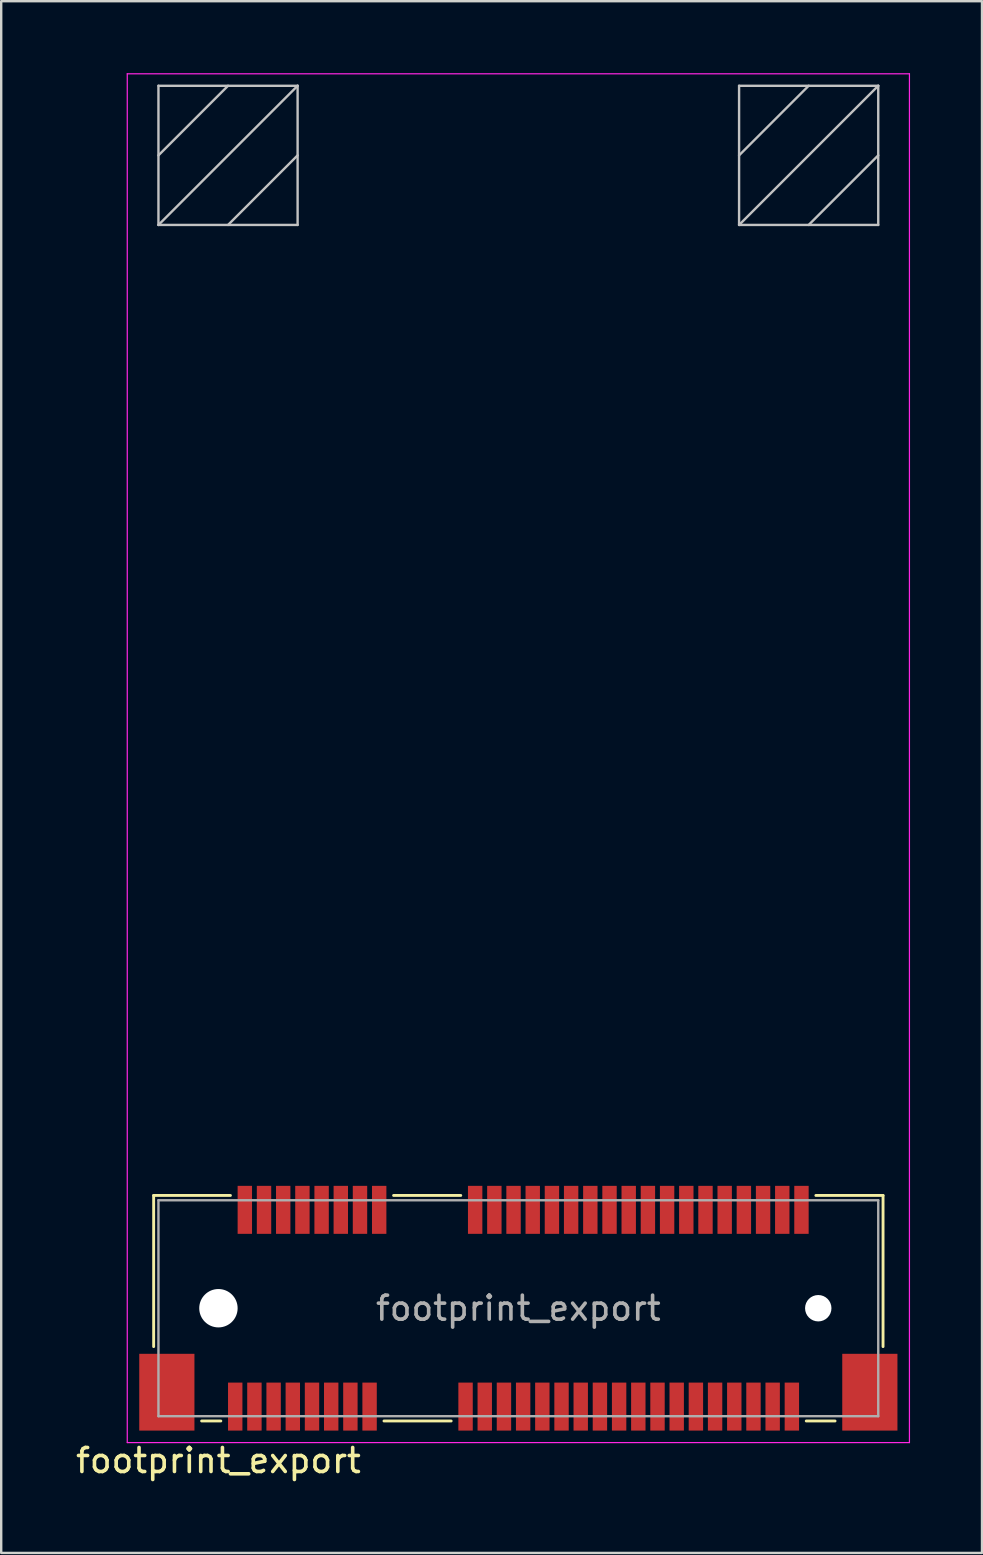
<source format=kicad_pcb>
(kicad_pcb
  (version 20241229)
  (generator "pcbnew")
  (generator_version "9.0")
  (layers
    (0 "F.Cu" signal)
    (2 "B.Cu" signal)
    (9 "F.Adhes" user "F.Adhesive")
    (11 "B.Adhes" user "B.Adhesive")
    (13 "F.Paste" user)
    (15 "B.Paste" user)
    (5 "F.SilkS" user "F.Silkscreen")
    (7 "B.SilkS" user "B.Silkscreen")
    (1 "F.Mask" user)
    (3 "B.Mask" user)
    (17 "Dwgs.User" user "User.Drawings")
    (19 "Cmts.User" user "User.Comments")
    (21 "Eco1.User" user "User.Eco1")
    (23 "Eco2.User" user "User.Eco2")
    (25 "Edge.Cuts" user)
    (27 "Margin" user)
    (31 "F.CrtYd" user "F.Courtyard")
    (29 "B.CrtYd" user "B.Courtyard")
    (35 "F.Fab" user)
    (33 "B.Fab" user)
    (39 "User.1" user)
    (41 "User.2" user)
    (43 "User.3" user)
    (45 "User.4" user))
  (footprint "footprint_export"
    (layer "F.Cu")
    (at 18.554 51.475)
    (property "Reference" "footprint_export" (at -12.5 6.35 180) (layer "F.SilkS") (effects (font (size 1 1) (thickness 0.15))))
    (attr smd)
    (fp_line (start -15.2 -4.7) (end -15.2 1.6) (stroke (width 0.12) (type solid)) (layer "F.SilkS"))
    (fp_line (start -13.2 4.7) (end -12.4 4.7) (stroke (width 0.12) (type solid)) (layer "F.SilkS"))
    (fp_line (start -12 -4.7) (end -15.2 -4.7) (stroke (width 0.12) (type solid)) (layer "F.SilkS"))
    (fp_line (start -5.6 4.7) (end -2.8 4.7) (stroke (width 0.12) (type solid)) (layer "F.SilkS"))
    (fp_line (start -2.4 -4.7) (end -5.2 -4.7) (stroke (width 0.12) (type solid)) (layer "F.SilkS"))
    (fp_line (start 12 4.7) (end 13.2 4.7) (stroke (width 0.12) (type solid)) (layer "F.SilkS"))
    (fp_line (start 15.2 -4.7) (end 12.4 -4.7) (stroke (width 0.12) (type solid)) (layer "F.SilkS"))
    (fp_line (start 15.2 1.6) (end 15.2 -4.7) (stroke (width 0.12) (type solid)) (layer "F.SilkS"))
    (fp_line (start -15 -50.95) (end -15 -45.15) (stroke (width 0.1) (type solid)) (layer "Dwgs.User"))
    (fp_line (start -15 -50.95) (end -9.2 -50.95) (stroke (width 0.1) (type solid)) (layer "Dwgs.User"))
    (fp_line (start -15 -45.15) (end -9.2 -45.15) (stroke (width 0.1) (type solid)) (layer "Dwgs.User"))
    (fp_line (start -12.1 -50.95) (end -15 -48.05) (stroke (width 0.1) (type solid)) (layer "Dwgs.User"))
    (fp_line (start -9.2 -50.95) (end -15 -45.15) (stroke (width 0.1) (type solid)) (layer "Dwgs.User"))
    (fp_line (start -9.2 -50.95) (end -9.2 -45.15) (stroke (width 0.1) (type solid)) (layer "Dwgs.User"))
    (fp_line (start -9.2 -48.05) (end -12.1 -45.15) (stroke (width 0.1) (type solid)) (layer "Dwgs.User"))
    (fp_line (start 9.2 -50.95) (end 9.2 -45.15) (stroke (width 0.1) (type solid)) (layer "Dwgs.User"))
    (fp_line (start 9.2 -50.95) (end 15 -50.95) (stroke (width 0.1) (type solid)) (layer "Dwgs.User"))
    (fp_line (start 9.2 -45.15) (end 15 -45.15) (stroke (width 0.1) (type solid)) (layer "Dwgs.User"))
    (fp_line (start 12.1 -50.95) (end 9.2 -48.05) (stroke (width 0.1) (type solid)) (layer "Dwgs.User"))
    (fp_line (start 15 -50.95) (end 9.2 -45.15) (stroke (width 0.1) (type solid)) (layer "Dwgs.User"))
    (fp_line (start 15 -50.95) (end 15 -45.15) (stroke (width 0.1) (type solid)) (layer "Dwgs.User"))
    (fp_line (start 15 -48.05) (end 12.1 -45.15) (stroke (width 0.1) (type solid)) (layer "Dwgs.User"))
    (fp_line (start -16.3 -51.45) (end 16.3 -51.45) (stroke (width 0.05) (type solid)) (layer "F.CrtYd"))
    (fp_line (start -16.3 5.6) (end -16.3 -51.45) (stroke (width 0.05) (type solid)) (layer "F.CrtYd"))
    (fp_line (start 16.3 -51.45) (end 16.3 5.6) (stroke (width 0.05) (type solid)) (layer "F.CrtYd"))
    (fp_line (start 16.3 5.6) (end -16.3 5.6) (stroke (width 0.05) (type solid)) (layer "F.CrtYd"))
    (fp_line (start -15 -4.5) (end -15 4.5) (stroke (width 0.1) (type solid)) (layer "F.Fab"))
    (fp_line (start -15 4.5) (end 15 4.5) (stroke (width 0.1) (type solid)) (layer "F.Fab"))
    (fp_line (start 15 -4.5) (end -15 -4.5) (stroke (width 0.1) (type solid)) (layer "F.Fab"))
    (fp_line (start 15 4.5) (end 15 -4.5) (stroke (width 0.1) (type solid)) (layer "F.Fab"))
    (fp_text user "${REFERENCE}" (at 0 0 0) (layer "F.Fab") (effects (font (size 1 1) (thickness 0.15))))
    (pad "" np_thru_hole circle (at -12.5 0) (size 1.6 1.6) (drill 1.6) (layers "*.Cu" "*.Mask"))
    (pad "" np_thru_hole circle (at 12.5 0) (size 1.1 1.1) (drill 1.1) (layers "*.Cu" "*.Mask"))
    (pad "1" smd rect (at -11.8 4.1) (size 0.6 2) (layers "F.Cu" "F.Mask" "F.Paste"))
    (pad "2" smd rect (at -11.4 -4.1) (size 0.6 2) (layers "F.Cu" "F.Mask" "F.Paste"))
    (pad "3" smd rect (at -11 4.1) (size 0.6 2) (layers "F.Cu" "F.Mask" "F.Paste"))
    (pad "4" smd rect (at -10.6 -4.1) (size 0.6 2) (layers "F.Cu" "F.Mask" "F.Paste"))
    (pad "5" smd rect (at -10.2 4.1) (size 0.6 2) (layers "F.Cu" "F.Mask" "F.Paste"))
    (pad "6" smd rect (at -9.8 -4.1) (size 0.6 2) (layers "F.Cu" "F.Mask" "F.Paste"))
    (pad "7" smd rect (at -9.4 4.1) (size 0.6 2) (layers "F.Cu" "F.Mask" "F.Paste"))
    (pad "8" smd rect (at -9 -4.1) (size 0.6 2) (layers "F.Cu" "F.Mask" "F.Paste"))
    (pad "9" smd rect (at -8.6 4.1) (size 0.6 2) (layers "F.Cu" "F.Mask" "F.Paste"))
    (pad "10" smd rect (at -8.2 -4.1) (size 0.6 2) (layers "F.Cu" "F.Mask" "F.Paste"))
    (pad "11" smd rect (at -7.8 4.1) (size 0.6 2) (layers "F.Cu" "F.Mask" "F.Paste"))
    (pad "12" smd rect (at -7.4 -4.1) (size 0.6 2) (layers "F.Cu" "F.Mask" "F.Paste"))
    (pad "13" smd rect (at -7 4.1) (size 0.6 2) (layers "F.Cu" "F.Mask" "F.Paste"))
    (pad "14" smd rect (at -6.6 -4.1) (size 0.6 2) (layers "F.Cu" "F.Mask" "F.Paste"))
    (pad "15" smd rect (at -6.2 4.1) (size 0.6 2) (layers "F.Cu" "F.Mask" "F.Paste"))
    (pad "16" smd rect (at -5.8 -4.1) (size 0.6 2) (layers "F.Cu" "F.Mask" "F.Paste"))
    (pad "17" smd rect (at -2.2 4.1) (size 0.6 2) (layers "F.Cu" "F.Mask" "F.Paste"))
    (pad "18" smd rect (at -1.8 -4.1) (size 0.6 2) (layers "F.Cu" "F.Mask" "F.Paste"))
    (pad "19" smd rect (at -1.4 4.1) (size 0.6 2) (layers "F.Cu" "F.Mask" "F.Paste"))
    (pad "20" smd rect (at -1 -4.1) (size 0.6 2) (layers "F.Cu" "F.Mask" "F.Paste"))
    (pad "21" smd rect (at -0.6 4.1) (size 0.6 2) (layers "F.Cu" "F.Mask" "F.Paste"))
    (pad "22" smd rect (at -0.2 -4.1) (size 0.6 2) (layers "F.Cu" "F.Mask" "F.Paste"))
    (pad "23" smd rect (at 0.2 4.1) (size 0.6 2) (layers "F.Cu" "F.Mask" "F.Paste"))
    (pad "24" smd rect (at 0.6 -4.1) (size 0.6 2) (layers "F.Cu" "F.Mask" "F.Paste"))
    (pad "25" smd rect (at 1 4.1) (size 0.6 2) (layers "F.Cu" "F.Mask" "F.Paste"))
    (pad "26" smd rect (at 1.4 -4.1) (size 0.6 2) (layers "F.Cu" "F.Mask" "F.Paste"))
    (pad "27" smd rect (at 1.8 4.1) (size 0.6 2) (layers "F.Cu" "F.Mask" "F.Paste"))
    (pad "28" smd rect (at 2.2 -4.1) (size 0.6 2) (layers "F.Cu" "F.Mask" "F.Paste"))
    (pad "29" smd rect (at 2.6 4.1) (size 0.6 2) (layers "F.Cu" "F.Mask" "F.Paste"))
    (pad "30" smd rect (at 3 -4.1) (size 0.6 2) (layers "F.Cu" "F.Mask" "F.Paste"))
    (pad "31" smd rect (at 3.4 4.1) (size 0.6 2) (layers "F.Cu" "F.Mask" "F.Paste"))
    (pad "32" smd rect (at 3.8 -4.1) (size 0.6 2) (layers "F.Cu" "F.Mask" "F.Paste"))
    (pad "33" smd rect (at 4.2 4.1) (size 0.6 2) (layers "F.Cu" "F.Mask" "F.Paste"))
    (pad "34" smd rect (at 4.6 -4.1) (size 0.6 2) (layers "F.Cu" "F.Mask" "F.Paste"))
    (pad "35" smd rect (at 5 4.1) (size 0.6 2) (layers "F.Cu" "F.Mask" "F.Paste"))
    (pad "36" smd rect (at 5.4 -4.1) (size 0.6 2) (layers "F.Cu" "F.Mask" "F.Paste"))
    (pad "37" smd rect (at 5.8 4.1) (size 0.6 2) (layers "F.Cu" "F.Mask" "F.Paste"))
    (pad "38" smd rect (at 6.2 -4.1) (size 0.6 2) (layers "F.Cu" "F.Mask" "F.Paste"))
    (pad "39" smd rect (at 6.6 4.1) (size 0.6 2) (layers "F.Cu" "F.Mask" "F.Paste"))
    (pad "40" smd rect (at 7 -4.1) (size 0.6 2) (layers "F.Cu" "F.Mask" "F.Paste"))
    (pad "41" smd rect (at 7.4 4.1) (size 0.6 2) (layers "F.Cu" "F.Mask" "F.Paste"))
    (pad "42" smd rect (at 7.8 -4.1) (size 0.6 2) (layers "F.Cu" "F.Mask" "F.Paste"))
    (pad "43" smd rect (at 8.2 4.1) (size 0.6 2) (layers "F.Cu" "F.Mask" "F.Paste"))
    (pad "44" smd rect (at 8.6 -4.1) (size 0.6 2) (layers "F.Cu" "F.Mask" "F.Paste"))
    (pad "45" smd rect (at 9 4.1) (size 0.6 2) (layers "F.Cu" "F.Mask" "F.Paste"))
    (pad "46" smd rect (at 9.4 -4.1) (size 0.6 2) (layers "F.Cu" "F.Mask" "F.Paste"))
    (pad "47" smd rect (at 9.8 4.1) (size 0.6 2) (layers "F.Cu" "F.Mask" "F.Paste"))
    (pad "48" smd rect (at 10.2 -4.1) (size 0.6 2) (layers "F.Cu" "F.Mask" "F.Paste"))
    (pad "49" smd rect (at 10.6 4.1) (size 0.6 2) (layers "F.Cu" "F.Mask" "F.Paste"))
    (pad "50" smd rect (at 11 -4.1) (size 0.6 2) (layers "F.Cu" "F.Mask" "F.Paste"))
    (pad "51" smd rect (at 11.4 4.1) (size 0.6 2) (layers "F.Cu" "F.Mask" "F.Paste"))
    (pad "52" smd rect (at 11.8 -4.1) (size 0.6 2) (layers "F.Cu" "F.Mask" "F.Paste"))
    (pad "MP" smd rect (at -14.65 3.5) (size 2.3 3.2) (layers "F.Cu" "F.Mask" "F.Paste"))
    (pad "MP" smd rect (at 14.65 3.5) (size 2.3 3.2) (layers "F.Cu" "F.Mask" "F.Paste")))
  (gr_rect
    (start -3 -3)
    (end 37.879 61.673)
    (stroke (width 0.1) (type default))
    (fill no)
    (layer "Edge.Cuts")))
</source>
